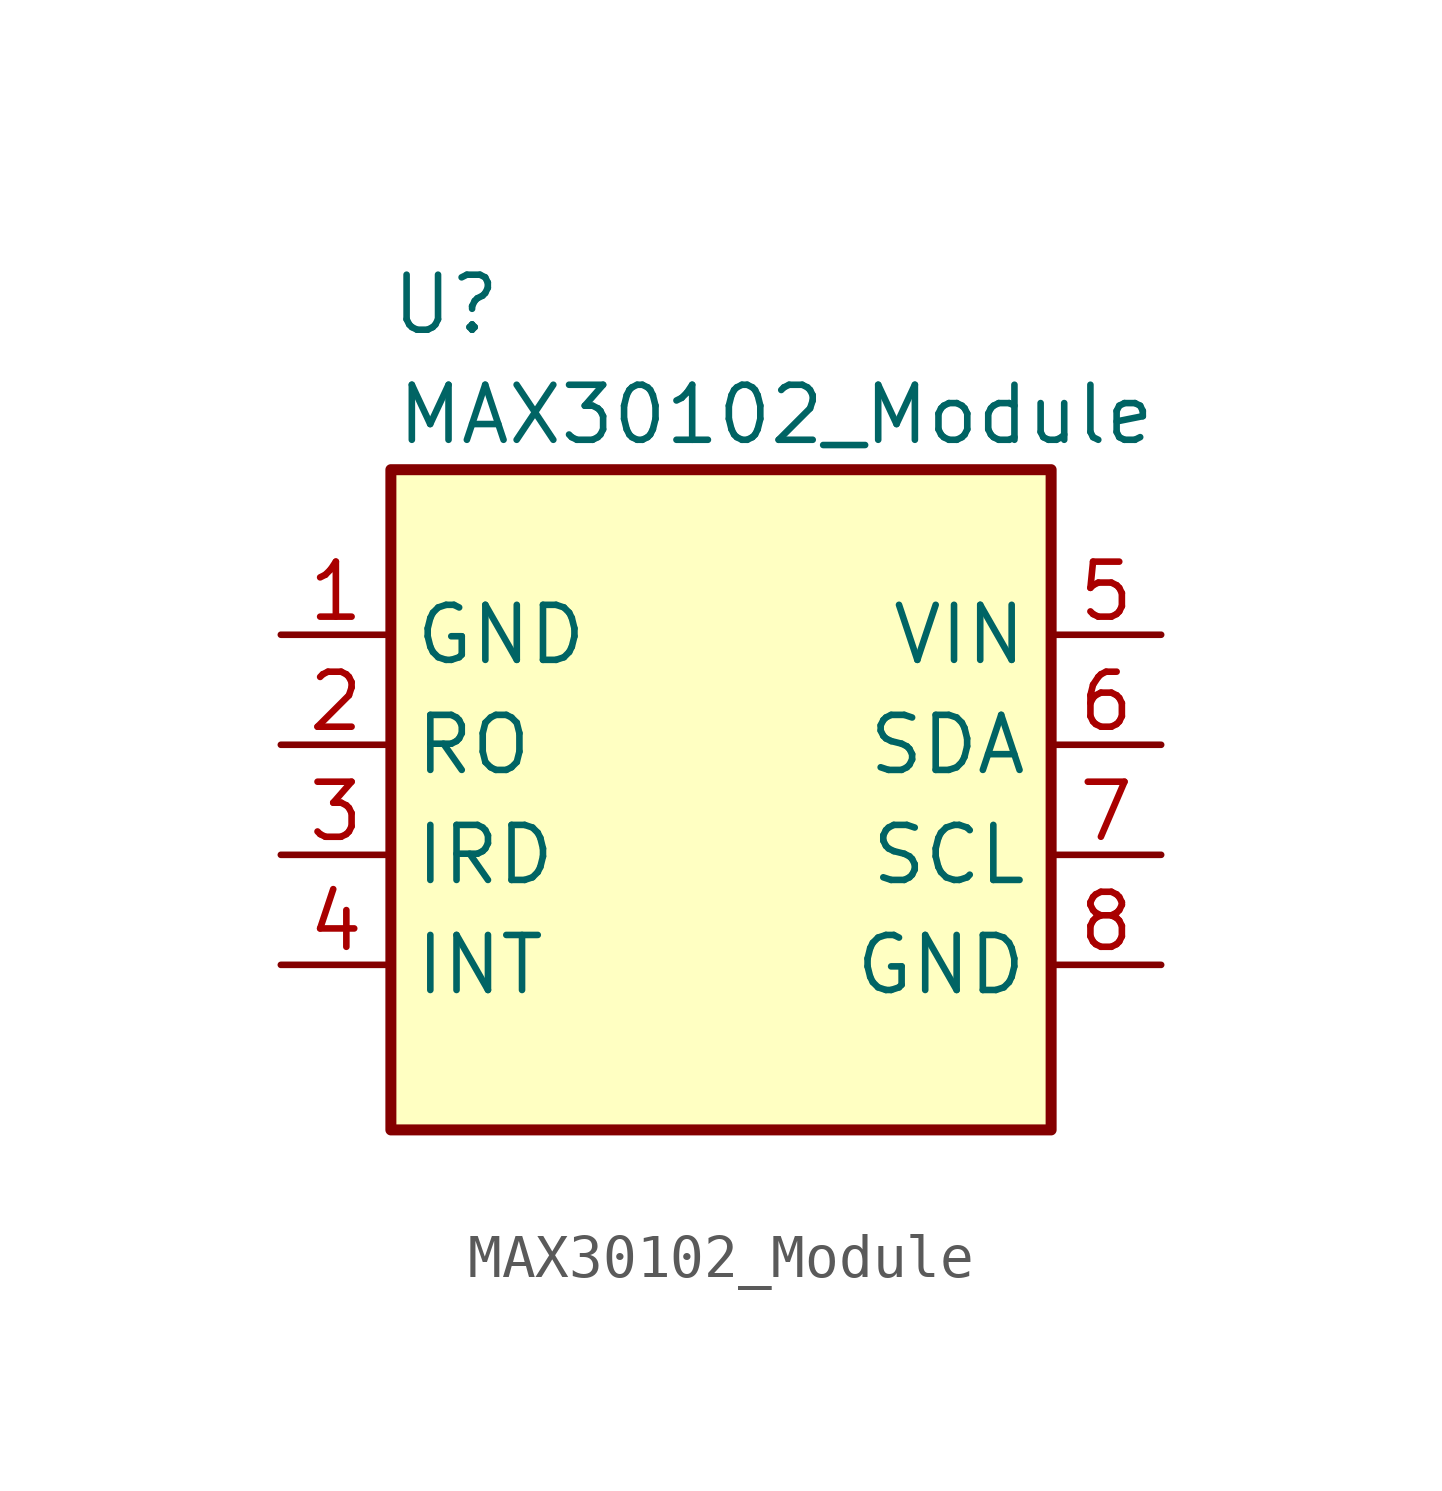
<source format=kicad_sym>
(kicad_symbol_lib
  (version 20211014)
  (generator kicad_symbol_editor)
  (symbol "MAX30102_Module"
    (property "Reference" "U"
      (at -11.43 8.89 0)
      (effects (font (size 1.27 1.27))))
    (property "Value" "MAX30102_Module"
      (at -3.81 6.35 0)
      (effects (font (size 1.27 1.27))))
    (symbol "MAX30102_Module_0_1"
      (rectangle (start -12.7 5.08) (end 2.54 -10.16) (stroke (width 0.254) (type default) (color 0 0 0 0)) (fill (type background))))
    (symbol "MAX30102_Module_1_1"
      (pin power_in line (at -15.24 1.27 0) (length 2.54) (name "GND" (effects (font (size 1.27 1.27)))) (number "1" (effects (font (size 1.27 1.27)))))
      (pin bidirectional line (at -15.24 -1.27 0) (length 2.54) (name "RO" (effects (font (size 1.27 1.27)))) (number "2" (effects (font (size 1.27 1.27)))))
      (pin bidirectional line (at -15.24 -3.81 0) (length 2.54) (name "IRD" (effects (font (size 1.27 1.27)))) (number "3" (effects (font (size 1.27 1.27)))))
      (pin bidirectional line (at -15.24 -6.35 0) (length 2.54) (name "INT" (effects (font (size 1.27 1.27)))) (number "4" (effects (font (size 1.27 1.27)))))
      (pin power_in line (at 5.08 1.27 180) (length 2.54) (name "VIN" (effects (font (size 1.27 1.27)))) (number "5" (effects (font (size 1.27 1.27)))))
      (pin bidirectional line (at 5.08 -1.27 180) (length 2.54) (name "SDA" (effects (font (size 1.27 1.27)))) (number "6" (effects (font (size 1.27 1.27)))))
      (pin bidirectional line (at 5.08 -3.81 180) (length 2.54) (name "SCL" (effects (font (size 1.27 1.27)))) (number "7" (effects (font (size 1.27 1.27)))))
      (pin power_in line (at 5.08 -6.35 180) (length 2.54) (name "GND" (effects (font (size 1.27 1.27)))) (number "8" (effects (font (size 1.27 1.27))))))))
</source>
